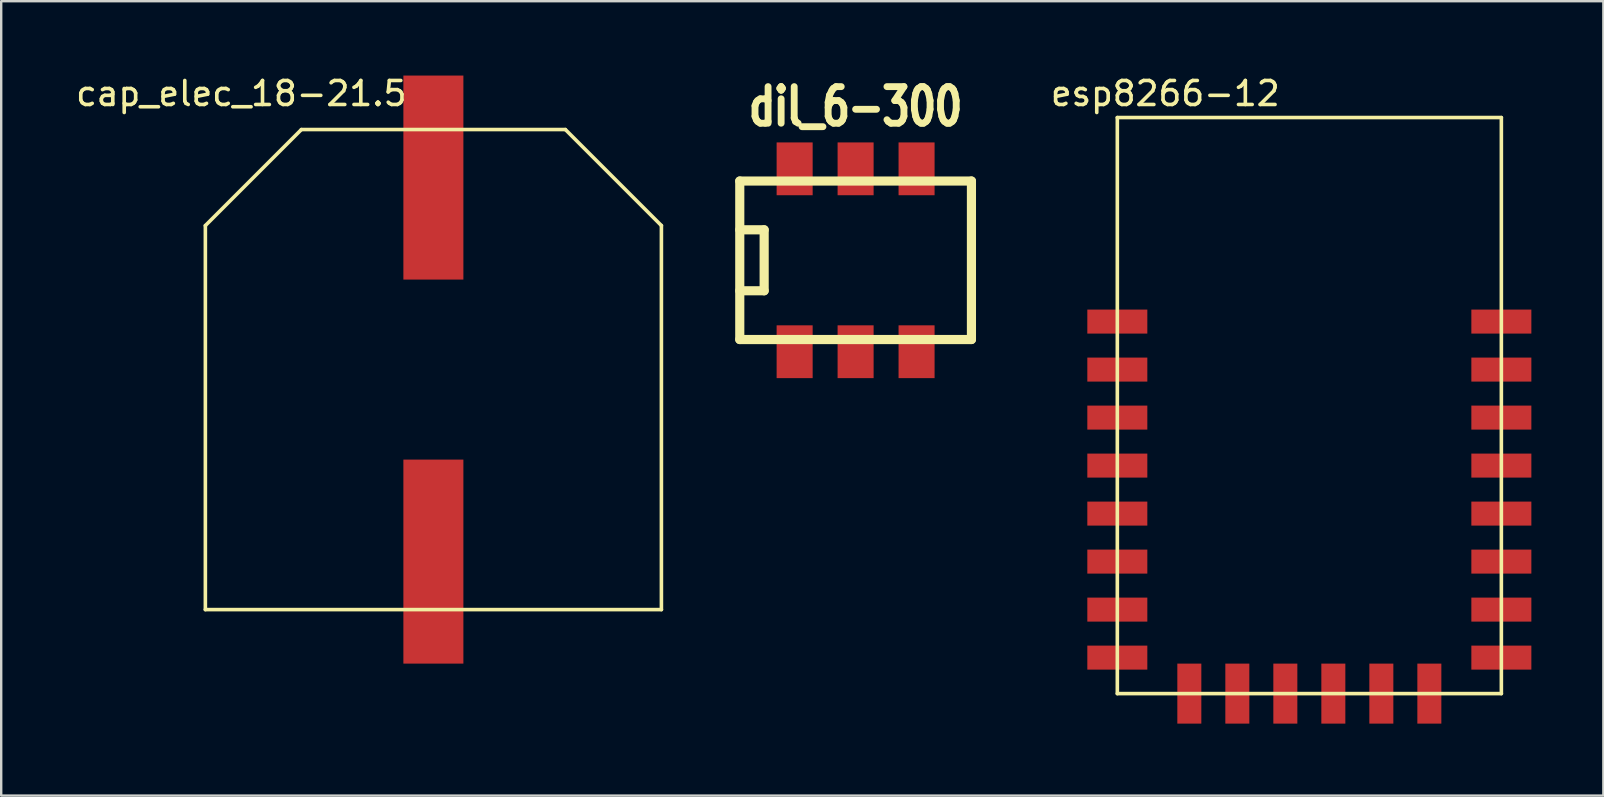
<source format=kicad_pcb>
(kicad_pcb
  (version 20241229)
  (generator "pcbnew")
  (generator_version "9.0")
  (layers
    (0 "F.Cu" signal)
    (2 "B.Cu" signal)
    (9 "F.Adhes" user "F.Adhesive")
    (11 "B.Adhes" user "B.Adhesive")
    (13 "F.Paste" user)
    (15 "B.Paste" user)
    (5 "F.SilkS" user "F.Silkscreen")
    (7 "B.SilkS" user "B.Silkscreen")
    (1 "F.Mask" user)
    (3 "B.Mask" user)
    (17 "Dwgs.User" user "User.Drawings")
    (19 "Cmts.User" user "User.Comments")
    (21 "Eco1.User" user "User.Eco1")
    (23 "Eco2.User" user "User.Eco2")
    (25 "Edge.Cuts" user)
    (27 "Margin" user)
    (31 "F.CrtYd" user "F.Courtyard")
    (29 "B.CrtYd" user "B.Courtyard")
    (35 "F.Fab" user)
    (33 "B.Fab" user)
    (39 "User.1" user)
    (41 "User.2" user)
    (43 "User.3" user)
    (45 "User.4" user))
  (footprint "cap_elec_18-21.5"
    (layer "F.Cu")
    (at 15.006 19.848)
    (property "Reference" "cap_elec_18-21.5" (at -8 -19 0) (layer "F.SilkS") (effects (font (size 1 1) (thickness 0.15))))
    (attr through_hole)
    (fp_line (start -9.5 -13.5) (end -5.5 -17.5) (stroke (width 0.15) (type solid)) (layer "F.SilkS"))
    (fp_line (start -9.5 2.5) (end -9.5 -13.5) (stroke (width 0.15) (type solid)) (layer "F.SilkS"))
    (fp_line (start -9.5 2.5) (end 9.5 2.5) (stroke (width 0.15) (type solid)) (layer "F.SilkS"))
    (fp_line (start -5.5 -17.5) (end 5.5 -17.5) (stroke (width 0.15) (type solid)) (layer "F.SilkS"))
    (fp_line (start 5.5 -17.5) (end 9.5 -13.5) (stroke (width 0.15) (type solid)) (layer "F.SilkS"))
    (fp_line (start 9.5 2.5) (end 9.5 -13.5) (stroke (width 0.15) (type solid)) (layer "F.SilkS"))
    (pad "1" smd rect (at 0 -15.5) (size 2.5 8.5) (layers "F.Cu" "F.Mask" "F.Paste"))
    (pad "2" smd rect (at 0 0.5) (size 2.5 8.5) (layers "F.Cu" "F.Mask" "F.Paste")))
  (footprint "dil_6-300"
    (layer "F.Cu")
    (at 32.597 7.794)
    (property "Reference" "dil_6-300" (at 0 -6.401 0) (layer "F.SilkS") (effects (font (size 1.524 1.143) (thickness 0.287))))
    (attr through_hole)
    (fp_line (start -4.826 -3.302) (end 4.826 -3.302) (stroke (width 0.381) (type solid)) (layer "F.SilkS"))
    (fp_line (start -4.826 3.302) (end -4.826 -3.302) (stroke (width 0.381) (type solid)) (layer "F.SilkS"))
    (fp_line (start -3.81 -1.27) (end -4.826 -1.27) (stroke (width 0.381) (type solid)) (layer "F.SilkS"))
    (fp_line (start -3.81 -1.27) (end -3.81 1.27) (stroke (width 0.381) (type solid)) (layer "F.SilkS"))
    (fp_line (start -3.81 1.27) (end -4.826 1.27) (stroke (width 0.381) (type solid)) (layer "F.SilkS"))
    (fp_line (start 4.826 -3.302) (end 4.826 3.302) (stroke (width 0.381) (type solid)) (layer "F.SilkS"))
    (fp_line (start 4.826 3.302) (end -4.826 3.302) (stroke (width 0.381) (type solid)) (layer "F.SilkS"))
    (pad "1" smd rect (at -2.54 3.81) (size 1.501 2.2) (layers "F.Cu" "F.Mask" "F.Paste"))
    (pad "2" smd rect (at 0 3.81) (size 1.501 2.2) (layers "F.Cu" "F.Mask" "F.Paste"))
    (pad "3" smd rect (at 2.54 3.81) (size 1.501 2.2) (layers "F.Cu" "F.Mask" "F.Paste"))
    (pad "4" smd rect (at 2.54 -3.81) (size 1.501 2.2) (layers "F.Cu" "F.Mask" "F.Paste"))
    (pad "5" smd rect (at 0 -3.81) (size 1.501 2.2) (layers "F.Cu" "F.Mask" "F.Paste"))
    (pad "6" smd rect (at -2.54 -3.81) (size 1.501 2.2) (layers "F.Cu" "F.Mask" "F.Paste")))
  (footprint "esp8266-12"
    (layer "F.Cu")
    (at 51.501 25.848)
    (property "Reference" "esp8266-12" (at -6 -25 0) (layer "F.SilkS") (effects (font (size 1 1) (thickness 0.15))))
    (attr through_hole)
    (fp_line (start -8 -24) (end 8 -24) (stroke (width 0.15) (type solid)) (layer "F.SilkS"))
    (fp_line (start -8 0) (end -8 -24) (stroke (width 0.15) (type solid)) (layer "F.SilkS"))
    (fp_line (start 8 -24) (end 8 0) (stroke (width 0.15) (type solid)) (layer "F.SilkS"))
    (fp_line (start 8 0) (end -8 0) (stroke (width 0.15) (type solid)) (layer "F.SilkS"))
    (pad "1" smd rect (at -8 -15.5) (size 2.5 1) (layers "F.Cu" "F.Mask" "F.Paste"))
    (pad "2" smd rect (at -8 -13.5) (size 2.5 1) (layers "F.Cu" "F.Mask" "F.Paste"))
    (pad "3" smd rect (at -8 -11.5) (size 2.5 1) (layers "F.Cu" "F.Mask" "F.Paste"))
    (pad "4" smd rect (at -8 -9.5) (size 2.5 1) (layers "F.Cu" "F.Mask" "F.Paste"))
    (pad "5" smd rect (at -8 -7.5) (size 2.5 1) (layers "F.Cu" "F.Mask" "F.Paste"))
    (pad "6" smd rect (at -8 -5.5) (size 2.5 1) (layers "F.Cu" "F.Mask" "F.Paste"))
    (pad "7" smd rect (at -8 -3.5) (size 2.5 1) (layers "F.Cu" "F.Mask" "F.Paste"))
    (pad "8" smd rect (at -8 -1.5) (size 2.5 1) (layers "F.Cu" "F.Mask" "F.Paste"))
    (pad "9" smd rect (at -5 0 90) (size 2.5 1) (layers "F.Cu" "F.Mask" "F.Paste"))
    (pad "10" smd rect (at -3 0 90) (size 2.5 1) (layers "F.Cu" "F.Mask" "F.Paste"))
    (pad "11" smd rect (at -1 0 90) (size 2.5 1) (layers "F.Cu" "F.Mask" "F.Paste"))
    (pad "12" smd rect (at 1 0 90) (size 2.5 1) (layers "F.Cu" "F.Mask" "F.Paste"))
    (pad "13" smd rect (at 3 0 90) (size 2.5 1) (layers "F.Cu" "F.Mask" "F.Paste"))
    (pad "14" smd rect (at 5 0 90) (size 2.5 1) (layers "F.Cu" "F.Mask" "F.Paste"))
    (pad "15" smd rect (at 8 -1.5) (size 2.5 1) (layers "F.Cu" "F.Mask" "F.Paste"))
    (pad "16" smd rect (at 8 -3.5) (size 2.5 1) (layers "F.Cu" "F.Mask" "F.Paste"))
    (pad "17" smd rect (at 8 -5.5) (size 2.5 1) (layers "F.Cu" "F.Mask" "F.Paste"))
    (pad "18" smd rect (at 8 -7.5) (size 2.5 1) (layers "F.Cu" "F.Mask" "F.Paste"))
    (pad "19" smd rect (at 8 -9.5) (size 2.5 1) (layers "F.Cu" "F.Mask" "F.Paste"))
    (pad "20" smd rect (at 8 -11.5) (size 2.5 1) (layers "F.Cu" "F.Mask" "F.Paste"))
    (pad "21" smd rect (at 8 -13.5) (size 2.5 1) (layers "F.Cu" "F.Mask" "F.Paste"))
    (pad "22" smd rect (at 8 -15.5) (size 2.5 1) (layers "F.Cu" "F.Mask" "F.Paste")))
  (gr_rect
    (start -3 -3)
    (end 63.751 30.098)
    (stroke (width 0.1) (type default))
    (fill no)
    (layer "Edge.Cuts")))
</source>
